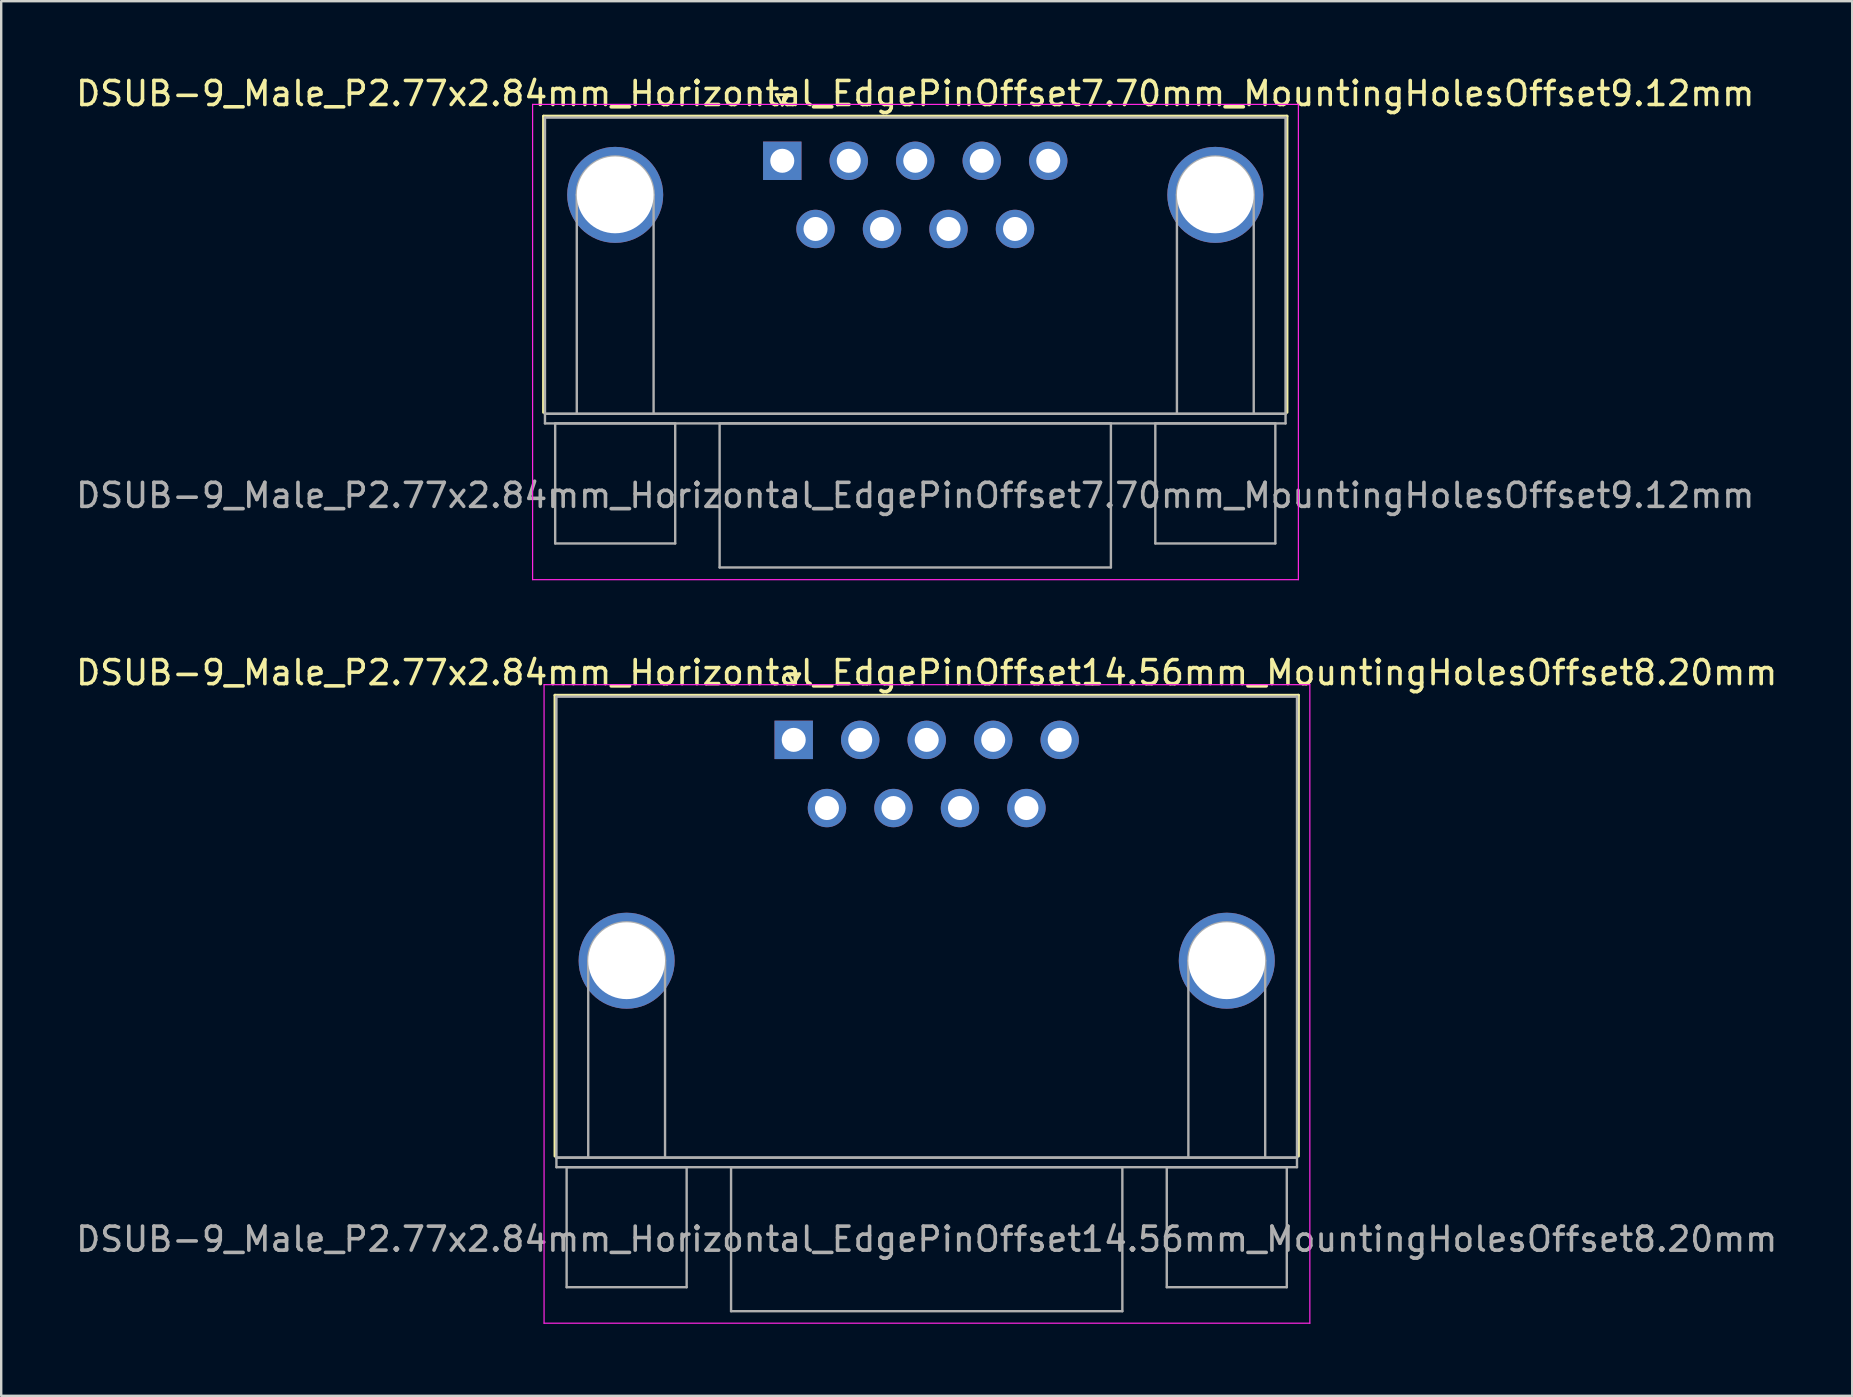
<source format=kicad_pcb>
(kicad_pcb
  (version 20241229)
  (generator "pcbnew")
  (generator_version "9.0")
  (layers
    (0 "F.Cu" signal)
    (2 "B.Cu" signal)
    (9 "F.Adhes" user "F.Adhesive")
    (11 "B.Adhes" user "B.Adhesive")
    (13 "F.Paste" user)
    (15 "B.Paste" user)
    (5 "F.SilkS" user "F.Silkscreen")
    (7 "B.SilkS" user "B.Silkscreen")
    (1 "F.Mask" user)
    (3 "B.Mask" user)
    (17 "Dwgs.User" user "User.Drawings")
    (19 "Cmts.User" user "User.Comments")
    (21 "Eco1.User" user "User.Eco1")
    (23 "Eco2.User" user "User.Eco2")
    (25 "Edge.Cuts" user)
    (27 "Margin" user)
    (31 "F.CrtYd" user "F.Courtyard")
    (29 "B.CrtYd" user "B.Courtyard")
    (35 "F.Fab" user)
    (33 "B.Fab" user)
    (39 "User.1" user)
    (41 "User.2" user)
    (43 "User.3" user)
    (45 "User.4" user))
  (footprint "DSUB-9_Male_P2.77x2.84mm_Horizontal_EdgePinOffset7.70mm_MountingHolesOffset9.12mm"
    (layer "F.Cu")
    (at 29.537 3.648)
    (property "Reference" "DSUB-9_Male_P2.77x2.84mm_Horizontal_EdgePinOffset7.70mm_MountingHolesOffset9.12mm" (at 5.54 -2.8 0) (layer "F.SilkS") (effects (font (size 1 1) (thickness 0.15))))
    (attr through_hole)
    (fp_line (start -9.945 -1.86) (end 21.025 -1.86) (stroke (width 0.12) (type solid)) (layer "F.SilkS"))
    (fp_line (start -9.945 10.48) (end -9.945 -1.86) (stroke (width 0.12) (type solid)) (layer "F.SilkS"))
    (fp_line (start -0.25 -2.754) (end 0.25 -2.754) (stroke (width 0.12) (type solid)) (layer "F.SilkS"))
    (fp_line (start 0 -2.321) (end -0.25 -2.754) (stroke (width 0.12) (type solid)) (layer "F.SilkS"))
    (fp_line (start 0.25 -2.754) (end 0 -2.321) (stroke (width 0.12) (type solid)) (layer "F.SilkS"))
    (fp_line (start 21.025 -1.86) (end 21.025 10.48) (stroke (width 0.12) (type solid)) (layer "F.SilkS"))
    (fp_line (start -10.4 -2.35) (end -10.4 17.45) (stroke (width 0.05) (type solid)) (layer "F.CrtYd"))
    (fp_line (start -10.4 17.45) (end 21.5 17.45) (stroke (width 0.05) (type solid)) (layer "F.CrtYd"))
    (fp_line (start 21.5 -2.35) (end -10.4 -2.35) (stroke (width 0.05) (type solid)) (layer "F.CrtYd"))
    (fp_line (start 21.5 17.45) (end 21.5 -2.35) (stroke (width 0.05) (type solid)) (layer "F.CrtYd"))
    (fp_line (start -9.885 -1.8) (end -9.885 10.54) (stroke (width 0.1) (type solid)) (layer "F.Fab"))
    (fp_line (start -9.885 10.54) (end -9.885 10.94) (stroke (width 0.1) (type solid)) (layer "F.Fab"))
    (fp_line (start -9.885 10.54) (end 20.965 10.54) (stroke (width 0.1) (type solid)) (layer "F.Fab"))
    (fp_line (start -9.885 10.94) (end 20.965 10.94) (stroke (width 0.1) (type solid)) (layer "F.Fab"))
    (fp_line (start -9.46 10.94) (end -9.46 15.94) (stroke (width 0.1) (type solid)) (layer "F.Fab"))
    (fp_line (start -9.46 15.94) (end -4.46 15.94) (stroke (width 0.1) (type solid)) (layer "F.Fab"))
    (fp_line (start -8.56 10.54) (end -8.56 1.42) (stroke (width 0.1) (type solid)) (layer "F.Fab"))
    (fp_line (start -5.36 10.54) (end -5.36 1.42) (stroke (width 0.1) (type solid)) (layer "F.Fab"))
    (fp_line (start -4.46 10.94) (end -9.46 10.94) (stroke (width 0.1) (type solid)) (layer "F.Fab"))
    (fp_line (start -4.46 15.94) (end -4.46 10.94) (stroke (width 0.1) (type solid)) (layer "F.Fab"))
    (fp_line (start -2.61 10.94) (end -2.61 16.94) (stroke (width 0.1) (type solid)) (layer "F.Fab"))
    (fp_line (start -2.61 16.94) (end 13.69 16.94) (stroke (width 0.1) (type solid)) (layer "F.Fab"))
    (fp_line (start 13.69 10.94) (end -2.61 10.94) (stroke (width 0.1) (type solid)) (layer "F.Fab"))
    (fp_line (start 13.69 16.94) (end 13.69 10.94) (stroke (width 0.1) (type solid)) (layer "F.Fab"))
    (fp_line (start 15.54 10.94) (end 15.54 15.94) (stroke (width 0.1) (type solid)) (layer "F.Fab"))
    (fp_line (start 15.54 15.94) (end 20.54 15.94) (stroke (width 0.1) (type solid)) (layer "F.Fab"))
    (fp_line (start 16.44 10.54) (end 16.44 1.42) (stroke (width 0.1) (type solid)) (layer "F.Fab"))
    (fp_line (start 19.64 10.54) (end 19.64 1.42) (stroke (width 0.1) (type solid)) (layer "F.Fab"))
    (fp_line (start 20.54 10.94) (end 15.54 10.94) (stroke (width 0.1) (type solid)) (layer "F.Fab"))
    (fp_line (start 20.54 15.94) (end 20.54 10.94) (stroke (width 0.1) (type solid)) (layer "F.Fab"))
    (fp_line (start 20.965 -1.8) (end -9.885 -1.8) (stroke (width 0.1) (type solid)) (layer "F.Fab"))
    (fp_line (start 20.965 10.54) (end -9.885 10.54) (stroke (width 0.1) (type solid)) (layer "F.Fab"))
    (fp_line (start 20.965 10.54) (end 20.965 -1.8) (stroke (width 0.1) (type solid)) (layer "F.Fab"))
    (fp_line (start 20.965 10.94) (end 20.965 10.54) (stroke (width 0.1) (type solid)) (layer "F.Fab"))
    (fp_arc (start -8.56 1.42) (mid -6.96 -0.18) (end -5.36 1.42) (stroke (width 0.1) (type solid)) (layer "F.Fab"))
    (fp_arc (start 16.44 1.42) (mid 18.04 -0.18) (end 19.64 1.42) (stroke (width 0.1) (type solid)) (layer "F.Fab"))
    (fp_text user "${REFERENCE}" (at 5.54 13.94 0) (layer "F.Fab") (effects (font (size 1 1) (thickness 0.15))))
    (pad "0" thru_hole circle (at -6.96 1.42) (size 4 4) (drill 3.2) (layers "*.Cu" "*.Mask"))
    (pad "0" thru_hole circle (at 18.04 1.42) (size 4 4) (drill 3.2) (layers "*.Cu" "*.Mask"))
    (pad "1" thru_hole rect (at 0 0) (size 1.6 1.6) (drill 1) (layers "*.Cu" "*.Mask"))
    (pad "2" thru_hole circle (at 2.77 0) (size 1.6 1.6) (drill 1) (layers "*.Cu" "*.Mask"))
    (pad "3" thru_hole circle (at 5.54 0) (size 1.6 1.6) (drill 1) (layers "*.Cu" "*.Mask"))
    (pad "4" thru_hole circle (at 8.31 0) (size 1.6 1.6) (drill 1) (layers "*.Cu" "*.Mask"))
    (pad "5" thru_hole circle (at 11.08 0) (size 1.6 1.6) (drill 1) (layers "*.Cu" "*.Mask"))
    (pad "6" thru_hole circle (at 1.385 2.84) (size 1.6 1.6) (drill 1) (layers "*.Cu" "*.Mask"))
    (pad "7" thru_hole circle (at 4.155 2.84) (size 1.6 1.6) (drill 1) (layers "*.Cu" "*.Mask"))
    (pad "8" thru_hole circle (at 6.925 2.84) (size 1.6 1.6) (drill 1) (layers "*.Cu" "*.Mask"))
    (pad "9" thru_hole circle (at 9.695 2.84) (size 1.6 1.6) (drill 1) (layers "*.Cu" "*.Mask")))
  (footprint "DSUB-9_Male_P2.77x2.84mm_Horizontal_EdgePinOffset14.56mm_MountingHolesOffset8.20mm"
    (layer "F.Cu")
    (at 30.014 27.771)
    (property "Reference" "DSUB-9_Male_P2.77x2.84mm_Horizontal_EdgePinOffset14.56mm_MountingHolesOffset8.20mm" (at 5.54 -2.8 0) (layer "F.SilkS") (effects (font (size 1 1) (thickness 0.15))))
    (attr through_hole)
    (fp_line (start -9.945 -1.86) (end 21.025 -1.86) (stroke (width 0.12) (type solid)) (layer "F.SilkS"))
    (fp_line (start -9.945 17.34) (end -9.945 -1.86) (stroke (width 0.12) (type solid)) (layer "F.SilkS"))
    (fp_line (start -0.25 -2.754) (end 0.25 -2.754) (stroke (width 0.12) (type solid)) (layer "F.SilkS"))
    (fp_line (start 0 -2.321) (end -0.25 -2.754) (stroke (width 0.12) (type solid)) (layer "F.SilkS"))
    (fp_line (start 0.25 -2.754) (end 0 -2.321) (stroke (width 0.12) (type solid)) (layer "F.SilkS"))
    (fp_line (start 21.025 -1.86) (end 21.025 17.34) (stroke (width 0.12) (type solid)) (layer "F.SilkS"))
    (fp_line (start -10.4 -2.3) (end -10.4 24.3) (stroke (width 0.05) (type solid)) (layer "F.CrtYd"))
    (fp_line (start -10.4 24.3) (end 21.5 24.3) (stroke (width 0.05) (type solid)) (layer "F.CrtYd"))
    (fp_line (start 21.5 -2.3) (end -10.4 -2.3) (stroke (width 0.05) (type solid)) (layer "F.CrtYd"))
    (fp_line (start 21.5 24.3) (end 21.5 -2.3) (stroke (width 0.05) (type solid)) (layer "F.CrtYd"))
    (fp_line (start -9.885 -1.8) (end -9.885 17.4) (stroke (width 0.1) (type solid)) (layer "F.Fab"))
    (fp_line (start -9.885 17.4) (end -9.885 17.8) (stroke (width 0.1) (type solid)) (layer "F.Fab"))
    (fp_line (start -9.885 17.4) (end 20.965 17.4) (stroke (width 0.1) (type solid)) (layer "F.Fab"))
    (fp_line (start -9.885 17.8) (end 20.965 17.8) (stroke (width 0.1) (type solid)) (layer "F.Fab"))
    (fp_line (start -9.46 17.8) (end -9.46 22.8) (stroke (width 0.1) (type solid)) (layer "F.Fab"))
    (fp_line (start -9.46 22.8) (end -4.46 22.8) (stroke (width 0.1) (type solid)) (layer "F.Fab"))
    (fp_line (start -8.56 17.4) (end -8.56 9.2) (stroke (width 0.1) (type solid)) (layer "F.Fab"))
    (fp_line (start -5.36 17.4) (end -5.36 9.2) (stroke (width 0.1) (type solid)) (layer "F.Fab"))
    (fp_line (start -4.46 17.8) (end -9.46 17.8) (stroke (width 0.1) (type solid)) (layer "F.Fab"))
    (fp_line (start -4.46 22.8) (end -4.46 17.8) (stroke (width 0.1) (type solid)) (layer "F.Fab"))
    (fp_line (start -2.61 17.8) (end -2.61 23.8) (stroke (width 0.1) (type solid)) (layer "F.Fab"))
    (fp_line (start -2.61 23.8) (end 13.69 23.8) (stroke (width 0.1) (type solid)) (layer "F.Fab"))
    (fp_line (start 13.69 17.8) (end -2.61 17.8) (stroke (width 0.1) (type solid)) (layer "F.Fab"))
    (fp_line (start 13.69 23.8) (end 13.69 17.8) (stroke (width 0.1) (type solid)) (layer "F.Fab"))
    (fp_line (start 15.54 17.8) (end 15.54 22.8) (stroke (width 0.1) (type solid)) (layer "F.Fab"))
    (fp_line (start 15.54 22.8) (end 20.54 22.8) (stroke (width 0.1) (type solid)) (layer "F.Fab"))
    (fp_line (start 16.44 17.4) (end 16.44 9.2) (stroke (width 0.1) (type solid)) (layer "F.Fab"))
    (fp_line (start 19.64 17.4) (end 19.64 9.2) (stroke (width 0.1) (type solid)) (layer "F.Fab"))
    (fp_line (start 20.54 17.8) (end 15.54 17.8) (stroke (width 0.1) (type solid)) (layer "F.Fab"))
    (fp_line (start 20.54 22.8) (end 20.54 17.8) (stroke (width 0.1) (type solid)) (layer "F.Fab"))
    (fp_line (start 20.965 -1.8) (end -9.885 -1.8) (stroke (width 0.1) (type solid)) (layer "F.Fab"))
    (fp_line (start 20.965 17.4) (end -9.885 17.4) (stroke (width 0.1) (type solid)) (layer "F.Fab"))
    (fp_line (start 20.965 17.4) (end 20.965 -1.8) (stroke (width 0.1) (type solid)) (layer "F.Fab"))
    (fp_line (start 20.965 17.8) (end 20.965 17.4) (stroke (width 0.1) (type solid)) (layer "F.Fab"))
    (fp_arc (start -8.56 9.2) (mid -6.96 7.6) (end -5.36 9.2) (stroke (width 0.1) (type solid)) (layer "F.Fab"))
    (fp_arc (start 16.44 9.2) (mid 18.04 7.6) (end 19.64 9.2) (stroke (width 0.1) (type solid)) (layer "F.Fab"))
    (fp_text user "${REFERENCE}" (at 5.54 20.8 0) (layer "F.Fab") (effects (font (size 1 1) (thickness 0.15))))
    (pad "0" thru_hole circle (at -6.96 9.2) (size 4 4) (drill 3.2) (layers "*.Cu" "*.Mask"))
    (pad "0" thru_hole circle (at 18.04 9.2) (size 4 4) (drill 3.2) (layers "*.Cu" "*.Mask"))
    (pad "1" thru_hole rect (at 0 0) (size 1.6 1.6) (drill 1) (layers "*.Cu" "*.Mask"))
    (pad "2" thru_hole circle (at 2.77 0) (size 1.6 1.6) (drill 1) (layers "*.Cu" "*.Mask"))
    (pad "3" thru_hole circle (at 5.54 0) (size 1.6 1.6) (drill 1) (layers "*.Cu" "*.Mask"))
    (pad "4" thru_hole circle (at 8.31 0) (size 1.6 1.6) (drill 1) (layers "*.Cu" "*.Mask"))
    (pad "5" thru_hole circle (at 11.08 0) (size 1.6 1.6) (drill 1) (layers "*.Cu" "*.Mask"))
    (pad "6" thru_hole circle (at 1.385 2.84) (size 1.6 1.6) (drill 1) (layers "*.Cu" "*.Mask"))
    (pad "7" thru_hole circle (at 4.155 2.84) (size 1.6 1.6) (drill 1) (layers "*.Cu" "*.Mask"))
    (pad "8" thru_hole circle (at 6.925 2.84) (size 1.6 1.6) (drill 1) (layers "*.Cu" "*.Mask"))
    (pad "9" thru_hole circle (at 9.695 2.84) (size 1.6 1.6) (drill 1) (layers "*.Cu" "*.Mask")))
  (gr_rect
    (start -3 -3)
    (end 74.107 55.096)
    (stroke (width 0.1) (type default))
    (fill no)
    (layer "Edge.Cuts")))
</source>
